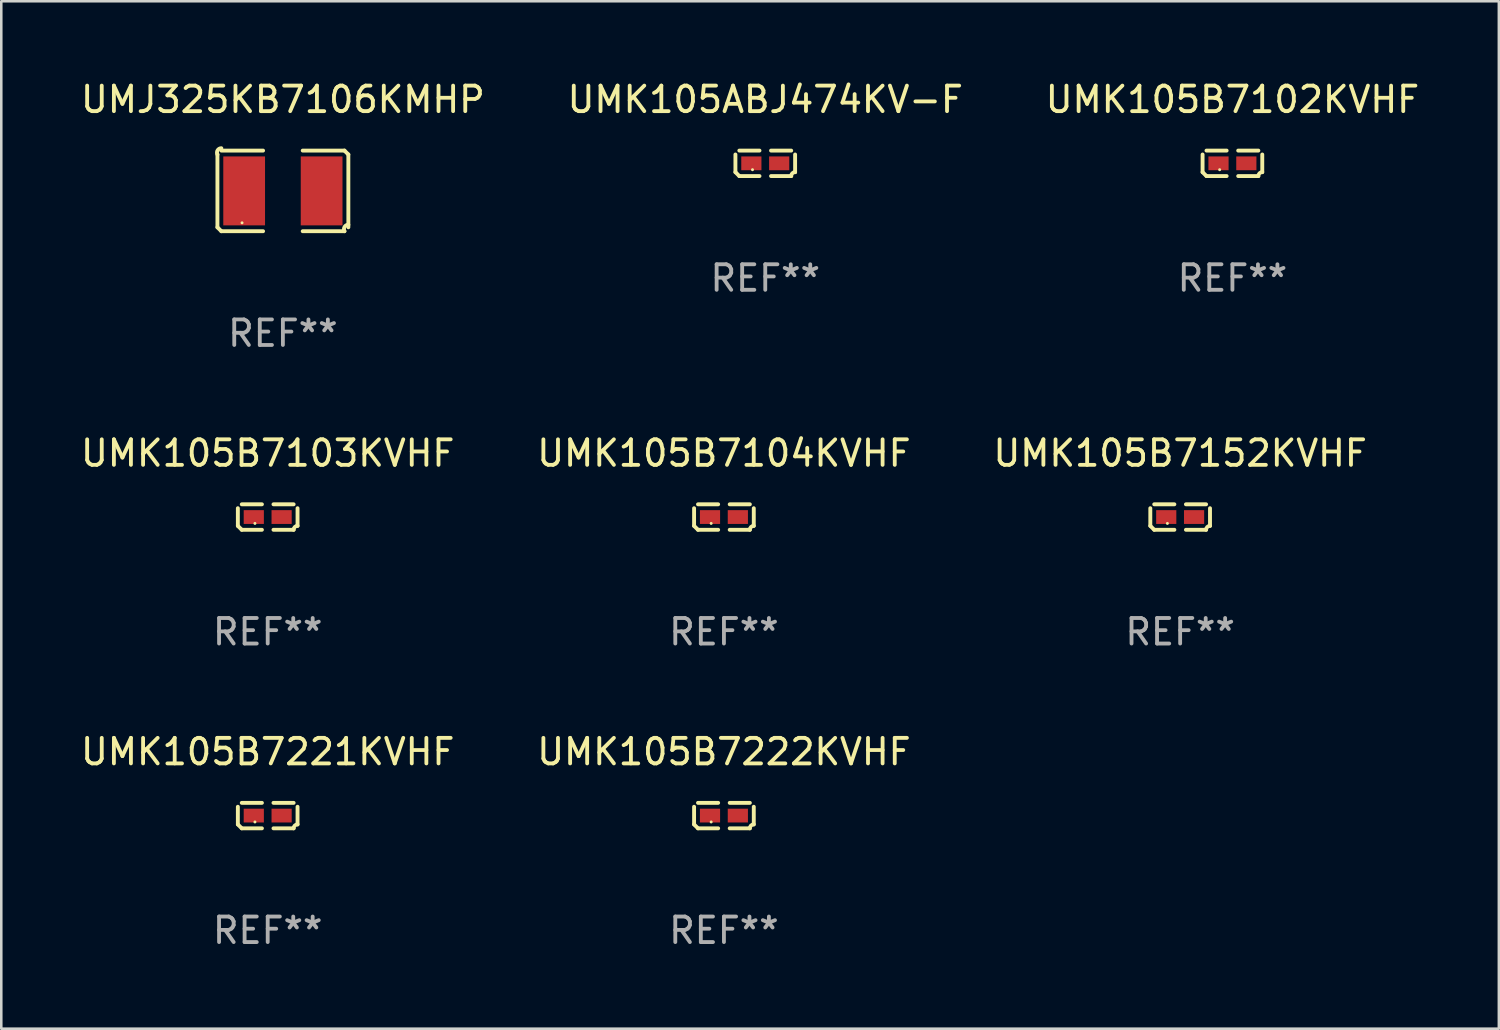
<source format=kicad_pcb>
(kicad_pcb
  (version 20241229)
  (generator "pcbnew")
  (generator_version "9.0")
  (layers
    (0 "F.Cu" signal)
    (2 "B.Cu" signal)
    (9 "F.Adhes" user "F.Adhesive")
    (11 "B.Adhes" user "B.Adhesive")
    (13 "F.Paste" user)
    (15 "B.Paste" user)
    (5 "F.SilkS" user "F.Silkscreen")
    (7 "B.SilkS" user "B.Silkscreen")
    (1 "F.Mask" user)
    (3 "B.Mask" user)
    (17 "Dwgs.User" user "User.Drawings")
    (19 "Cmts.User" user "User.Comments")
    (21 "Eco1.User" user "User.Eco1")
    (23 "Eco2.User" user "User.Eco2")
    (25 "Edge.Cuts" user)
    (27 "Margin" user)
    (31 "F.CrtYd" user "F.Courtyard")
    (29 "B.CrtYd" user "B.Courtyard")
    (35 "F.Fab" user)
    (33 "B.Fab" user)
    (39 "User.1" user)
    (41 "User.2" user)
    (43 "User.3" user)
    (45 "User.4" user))
  (footprint "UMK105B7103KVHF"
    (layer "F.Cu")
    (at 7.435 17.201)
    (property "Reference" "UMK105B7103KVHF" (at 0 -2.499 0) (layer "F.SilkS") (effects (font (size 1 1) (thickness 0.15))))
    (attr through_hole)
    (fp_line (start -1.169 0.346) (end -1.169 -0.346) (stroke (width 0.152) (type solid)) (layer "F.SilkS"))
    (fp_line (start -1.016 -0.499) (end -0.226 -0.499) (stroke (width 0.152) (type solid)) (layer "F.SilkS"))
    (fp_line (start -0.226 0.499) (end -1.016 0.499) (stroke (width 0.152) (type solid)) (layer "F.SilkS"))
    (fp_line (start 0.226 0.499) (end 1.016 0.499) (stroke (width 0.152) (type solid)) (layer "F.SilkS"))
    (fp_line (start 1.016 -0.499) (end 0.226 -0.499) (stroke (width 0.152) (type solid)) (layer "F.SilkS"))
    (fp_line (start 1.169 0.346) (end 1.169 -0.346) (stroke (width 0.152) (type solid)) (layer "F.SilkS"))
    (fp_arc (start -1.016307 0.498603) (mid -1.092512 0.422405) (end -1.16871 0.3462) (stroke (width 0.1524) (type solid)) (layer "F.SilkS"))
    (fp_arc (start 1.016307 0.498603) (mid 1.060899 0.390758) (end 1.168707 0.346076) (stroke (width 0.1524) (type solid)) (layer "F.SilkS"))
    (fp_circle (center -0.5 0.25) (end -0.47 0.25) (stroke (width 0.06) (type solid)) (fill no) (layer "F.SilkS"))
    (fp_text user "REF**" (at 0 4.499 0) (layer "F.Fab") (effects (font (size 1 1) (thickness 0.15))))
    (pad "1" smd rect (at -0.545 0) (size 0.79 0.54) (layers "F.Cu" "F.Mask" "F.Paste"))
    (pad "2" smd rect (at 0.545 0) (size 0.79 0.54) (layers "F.Cu" "F.Mask" "F.Paste")))
  (footprint "UMJ325KB7106KMHP"
    (layer "F.Cu")
    (at 8.03 4.427)
    (property "Reference" "UMJ325KB7106KMHP" (at 0 -3.579 0) (layer "F.SilkS") (effects (font (size 1 1) (thickness 0.15))))
    (attr through_hole)
    (fp_line (start -2.564 1.426) (end -2.564 -1.426) (stroke (width 0.152) (type solid)) (layer "F.SilkS"))
    (fp_line (start -2.411 -1.579) (end -0.776 -1.579) (stroke (width 0.152) (type solid)) (layer "F.SilkS"))
    (fp_line (start -0.776 1.579) (end -2.411 1.579) (stroke (width 0.152) (type solid)) (layer "F.SilkS"))
    (fp_line (start 0.776 1.579) (end 2.411 1.579) (stroke (width 0.152) (type solid)) (layer "F.SilkS"))
    (fp_line (start 2.411 -1.579) (end 0.776 -1.579) (stroke (width 0.152) (type solid)) (layer "F.SilkS"))
    (fp_line (start 2.564 1.426) (end 2.564 -1.426) (stroke (width 0.152) (type solid)) (layer "F.SilkS"))
    (fp_arc (start -2.563602 -1.426213) (mid -2.555597 -1.591233) (end -2.411201 -1.671518) (stroke (width 0.1524) (type solid)) (layer "F.SilkS"))
    (fp_arc (start -2.5636 1.426214) (mid -2.487389 1.502402) (end -2.411201 1.578613) (stroke (width 0.1524) (type solid)) (layer "F.SilkS"))
    (fp_arc (start 2.411197 -1.578618) (mid 2.487403 -1.502419) (end 2.563602 -1.426213) (stroke (width 0.1524) (type solid)) (layer "F.SilkS"))
    (fp_arc (start 2.411201 1.578613) (mid 2.416214 1.409455) (end 2.563602 1.32629) (stroke (width 0.1524) (type solid)) (layer "F.SilkS"))
    (fp_circle (center -1.6 1.25) (end -1.57 1.25) (stroke (width 0.06) (type solid)) (fill no) (layer "F.SilkS"))
    (fp_text user "REF**" (at 0 5.579 0) (layer "F.Fab") (effects (font (size 1 1) (thickness 0.15))))
    (pad "1" smd rect (at -1.517 0) (size 1.635 2.7) (layers "F.Cu" "F.Mask" "F.Paste"))
    (pad "2" smd rect (at 1.517 0) (size 1.635 2.7) (layers "F.Cu" "F.Mask" "F.Paste")))
  (footprint "UMK105B7102KVHF"
    (layer "F.Cu")
    (at 45.22 3.347)
    (property "Reference" "UMK105B7102KVHF" (at 0 -2.499 0) (layer "F.SilkS") (effects (font (size 1 1) (thickness 0.15))))
    (attr through_hole)
    (fp_line (start -1.169 0.346) (end -1.169 -0.346) (stroke (width 0.152) (type solid)) (layer "F.SilkS"))
    (fp_line (start -1.016 -0.499) (end -0.226 -0.499) (stroke (width 0.152) (type solid)) (layer "F.SilkS"))
    (fp_line (start -0.226 0.499) (end -1.016 0.499) (stroke (width 0.152) (type solid)) (layer "F.SilkS"))
    (fp_line (start 0.226 0.499) (end 1.016 0.499) (stroke (width 0.152) (type solid)) (layer "F.SilkS"))
    (fp_line (start 1.016 -0.499) (end 0.226 -0.499) (stroke (width 0.152) (type solid)) (layer "F.SilkS"))
    (fp_line (start 1.169 0.346) (end 1.169 -0.346) (stroke (width 0.152) (type solid)) (layer "F.SilkS"))
    (fp_arc (start -1.016307 0.498603) (mid -1.092512 0.422405) (end -1.16871 0.3462) (stroke (width 0.1524) (type solid)) (layer "F.SilkS"))
    (fp_arc (start 1.016307 0.498603) (mid 1.060899 0.390758) (end 1.168707 0.346076) (stroke (width 0.1524) (type solid)) (layer "F.SilkS"))
    (fp_circle (center -0.5 0.25) (end -0.47 0.25) (stroke (width 0.06) (type solid)) (fill no) (layer "F.SilkS"))
    (fp_text user "REF**" (at 0 4.499 0) (layer "F.Fab") (effects (font (size 1 1) (thickness 0.15))))
    (pad "1" smd rect (at -0.545 0) (size 0.79 0.54) (layers "F.Cu" "F.Mask" "F.Paste"))
    (pad "2" smd rect (at 0.545 0) (size 0.79 0.54) (layers "F.Cu" "F.Mask" "F.Paste")))
  (footprint "UMK105B7222KVHF"
    (layer "F.Cu")
    (at 25.304 28.894)
    (property "Reference" "UMK105B7222KVHF" (at 0 -2.499 0) (layer "F.SilkS") (effects (font (size 1 1) (thickness 0.15))))
    (attr through_hole)
    (fp_line (start -1.169 0.346) (end -1.169 -0.346) (stroke (width 0.152) (type solid)) (layer "F.SilkS"))
    (fp_line (start -1.016 -0.499) (end -0.226 -0.499) (stroke (width 0.152) (type solid)) (layer "F.SilkS"))
    (fp_line (start -0.226 0.499) (end -1.016 0.499) (stroke (width 0.152) (type solid)) (layer "F.SilkS"))
    (fp_line (start 0.226 0.499) (end 1.016 0.499) (stroke (width 0.152) (type solid)) (layer "F.SilkS"))
    (fp_line (start 1.016 -0.499) (end 0.226 -0.499) (stroke (width 0.152) (type solid)) (layer "F.SilkS"))
    (fp_line (start 1.169 0.346) (end 1.169 -0.346) (stroke (width 0.152) (type solid)) (layer "F.SilkS"))
    (fp_arc (start -1.016307 0.498603) (mid -1.092512 0.422405) (end -1.16871 0.3462) (stroke (width 0.1524) (type solid)) (layer "F.SilkS"))
    (fp_arc (start 1.016307 0.498603) (mid 1.060899 0.390758) (end 1.168707 0.346076) (stroke (width 0.1524) (type solid)) (layer "F.SilkS"))
    (fp_circle (center -0.5 0.25) (end -0.47 0.25) (stroke (width 0.06) (type solid)) (fill no) (layer "F.SilkS"))
    (fp_text user "REF**" (at 0 4.499 0) (layer "F.Fab") (effects (font (size 1 1) (thickness 0.15))))
    (pad "1" smd rect (at -0.545 0) (size 0.79 0.54) (layers "F.Cu" "F.Mask" "F.Paste"))
    (pad "2" smd rect (at 0.545 0) (size 0.79 0.54) (layers "F.Cu" "F.Mask" "F.Paste")))
  (footprint "UMK105B7104KVHF"
    (layer "F.Cu")
    (at 25.304 17.201)
    (property "Reference" "UMK105B7104KVHF" (at 0 -2.499 0) (layer "F.SilkS") (effects (font (size 1 1) (thickness 0.15))))
    (attr through_hole)
    (fp_line (start -1.169 0.346) (end -1.169 -0.346) (stroke (width 0.152) (type solid)) (layer "F.SilkS"))
    (fp_line (start -1.016 -0.499) (end -0.226 -0.499) (stroke (width 0.152) (type solid)) (layer "F.SilkS"))
    (fp_line (start -0.226 0.499) (end -1.016 0.499) (stroke (width 0.152) (type solid)) (layer "F.SilkS"))
    (fp_line (start 0.226 0.499) (end 1.016 0.499) (stroke (width 0.152) (type solid)) (layer "F.SilkS"))
    (fp_line (start 1.016 -0.499) (end 0.226 -0.499) (stroke (width 0.152) (type solid)) (layer "F.SilkS"))
    (fp_line (start 1.169 0.346) (end 1.169 -0.346) (stroke (width 0.152) (type solid)) (layer "F.SilkS"))
    (fp_arc (start -1.016307 0.498603) (mid -1.092512 0.422405) (end -1.16871 0.3462) (stroke (width 0.1524) (type solid)) (layer "F.SilkS"))
    (fp_arc (start 1.016307 0.498603) (mid 1.060899 0.390758) (end 1.168707 0.346076) (stroke (width 0.1524) (type solid)) (layer "F.SilkS"))
    (fp_circle (center -0.5 0.25) (end -0.47 0.25) (stroke (width 0.06) (type solid)) (fill no) (layer "F.SilkS"))
    (fp_text user "REF**" (at 0 4.499 0) (layer "F.Fab") (effects (font (size 1 1) (thickness 0.15))))
    (pad "1" smd rect (at -0.545 0) (size 0.79 0.54) (layers "F.Cu" "F.Mask" "F.Paste"))
    (pad "2" smd rect (at 0.545 0) (size 0.79 0.54) (layers "F.Cu" "F.Mask" "F.Paste")))
  (footprint "UMK105ABJ474KV-F"
    (layer "F.Cu")
    (at 26.923 3.347)
    (property "Reference" "UMK105ABJ474KV-F" (at 0 -2.499 0) (layer "F.SilkS") (effects (font (size 1 1) (thickness 0.15))))
    (attr through_hole)
    (fp_line (start -1.169 0.346) (end -1.169 -0.346) (stroke (width 0.152) (type solid)) (layer "F.SilkS"))
    (fp_line (start -1.016 -0.499) (end -0.226 -0.499) (stroke (width 0.152) (type solid)) (layer "F.SilkS"))
    (fp_line (start -0.226 0.499) (end -1.016 0.499) (stroke (width 0.152) (type solid)) (layer "F.SilkS"))
    (fp_line (start 0.226 0.499) (end 1.016 0.499) (stroke (width 0.152) (type solid)) (layer "F.SilkS"))
    (fp_line (start 1.016 -0.499) (end 0.226 -0.499) (stroke (width 0.152) (type solid)) (layer "F.SilkS"))
    (fp_line (start 1.169 0.346) (end 1.169 -0.346) (stroke (width 0.152) (type solid)) (layer "F.SilkS"))
    (fp_arc (start -1.016307 0.498603) (mid -1.092512 0.422405) (end -1.16871 0.3462) (stroke (width 0.1524) (type solid)) (layer "F.SilkS"))
    (fp_arc (start 1.016307 0.498603) (mid 1.060899 0.390758) (end 1.168707 0.346076) (stroke (width 0.1524) (type solid)) (layer "F.SilkS"))
    (fp_circle (center -0.5 0.25) (end -0.47 0.25) (stroke (width 0.06) (type solid)) (fill no) (layer "F.SilkS"))
    (fp_text user "REF**" (at 0 4.499 0) (layer "F.Fab") (effects (font (size 1 1) (thickness 0.15))))
    (pad "1" smd rect (at -0.545 0) (size 0.79 0.54) (layers "F.Cu" "F.Mask" "F.Paste"))
    (pad "2" smd rect (at 0.545 0) (size 0.79 0.54) (layers "F.Cu" "F.Mask" "F.Paste")))
  (footprint "UMK105B7221KVHF"
    (layer "F.Cu")
    (at 7.435 28.894)
    (property "Reference" "UMK105B7221KVHF" (at 0 -2.499 0) (layer "F.SilkS") (effects (font (size 1 1) (thickness 0.15))))
    (attr through_hole)
    (fp_line (start -1.169 0.346) (end -1.169 -0.346) (stroke (width 0.152) (type solid)) (layer "F.SilkS"))
    (fp_line (start -1.016 -0.499) (end -0.226 -0.499) (stroke (width 0.152) (type solid)) (layer "F.SilkS"))
    (fp_line (start -0.226 0.499) (end -1.016 0.499) (stroke (width 0.152) (type solid)) (layer "F.SilkS"))
    (fp_line (start 0.226 0.499) (end 1.016 0.499) (stroke (width 0.152) (type solid)) (layer "F.SilkS"))
    (fp_line (start 1.016 -0.499) (end 0.226 -0.499) (stroke (width 0.152) (type solid)) (layer "F.SilkS"))
    (fp_line (start 1.169 0.346) (end 1.169 -0.346) (stroke (width 0.152) (type solid)) (layer "F.SilkS"))
    (fp_arc (start -1.016307 0.498603) (mid -1.092512 0.422405) (end -1.16871 0.3462) (stroke (width 0.1524) (type solid)) (layer "F.SilkS"))
    (fp_arc (start 1.016307 0.498603) (mid 1.060899 0.390758) (end 1.168707 0.346076) (stroke (width 0.1524) (type solid)) (layer "F.SilkS"))
    (fp_circle (center -0.5 0.25) (end -0.47 0.25) (stroke (width 0.06) (type solid)) (fill no) (layer "F.SilkS"))
    (fp_text user "REF**" (at 0 4.499 0) (layer "F.Fab") (effects (font (size 1 1) (thickness 0.15))))
    (pad "1" smd rect (at -0.545 0) (size 0.79 0.54) (layers "F.Cu" "F.Mask" "F.Paste"))
    (pad "2" smd rect (at 0.545 0) (size 0.79 0.54) (layers "F.Cu" "F.Mask" "F.Paste")))
  (footprint "UMK105B7152KVHF"
    (layer "F.Cu")
    (at 43.173 17.201)
    (property "Reference" "UMK105B7152KVHF" (at 0 -2.499 0) (layer "F.SilkS") (effects (font (size 1 1) (thickness 0.15))))
    (attr through_hole)
    (fp_line (start -1.169 0.346) (end -1.169 -0.346) (stroke (width 0.152) (type solid)) (layer "F.SilkS"))
    (fp_line (start -1.016 -0.499) (end -0.226 -0.499) (stroke (width 0.152) (type solid)) (layer "F.SilkS"))
    (fp_line (start -0.226 0.499) (end -1.016 0.499) (stroke (width 0.152) (type solid)) (layer "F.SilkS"))
    (fp_line (start 0.226 0.499) (end 1.016 0.499) (stroke (width 0.152) (type solid)) (layer "F.SilkS"))
    (fp_line (start 1.016 -0.499) (end 0.226 -0.499) (stroke (width 0.152) (type solid)) (layer "F.SilkS"))
    (fp_line (start 1.169 0.346) (end 1.169 -0.346) (stroke (width 0.152) (type solid)) (layer "F.SilkS"))
    (fp_arc (start -1.016307 0.498603) (mid -1.092512 0.422405) (end -1.16871 0.3462) (stroke (width 0.1524) (type solid)) (layer "F.SilkS"))
    (fp_arc (start 1.016307 0.498603) (mid 1.060899 0.390758) (end 1.168707 0.346076) (stroke (width 0.1524) (type solid)) (layer "F.SilkS"))
    (fp_circle (center -0.5 0.25) (end -0.47 0.25) (stroke (width 0.06) (type solid)) (fill no) (layer "F.SilkS"))
    (fp_text user "REF**" (at 0 4.499 0) (layer "F.Fab") (effects (font (size 1 1) (thickness 0.15))))
    (pad "1" smd rect (at -0.545 0) (size 0.79 0.54) (layers "F.Cu" "F.Mask" "F.Paste"))
    (pad "2" smd rect (at 0.545 0) (size 0.79 0.54) (layers "F.Cu" "F.Mask" "F.Paste")))
  (gr_rect
    (start -3 -3)
    (end 55.655 37.241)
    (stroke (width 0.1) (type default))
    (fill no)
    (layer "Edge.Cuts")))
</source>
